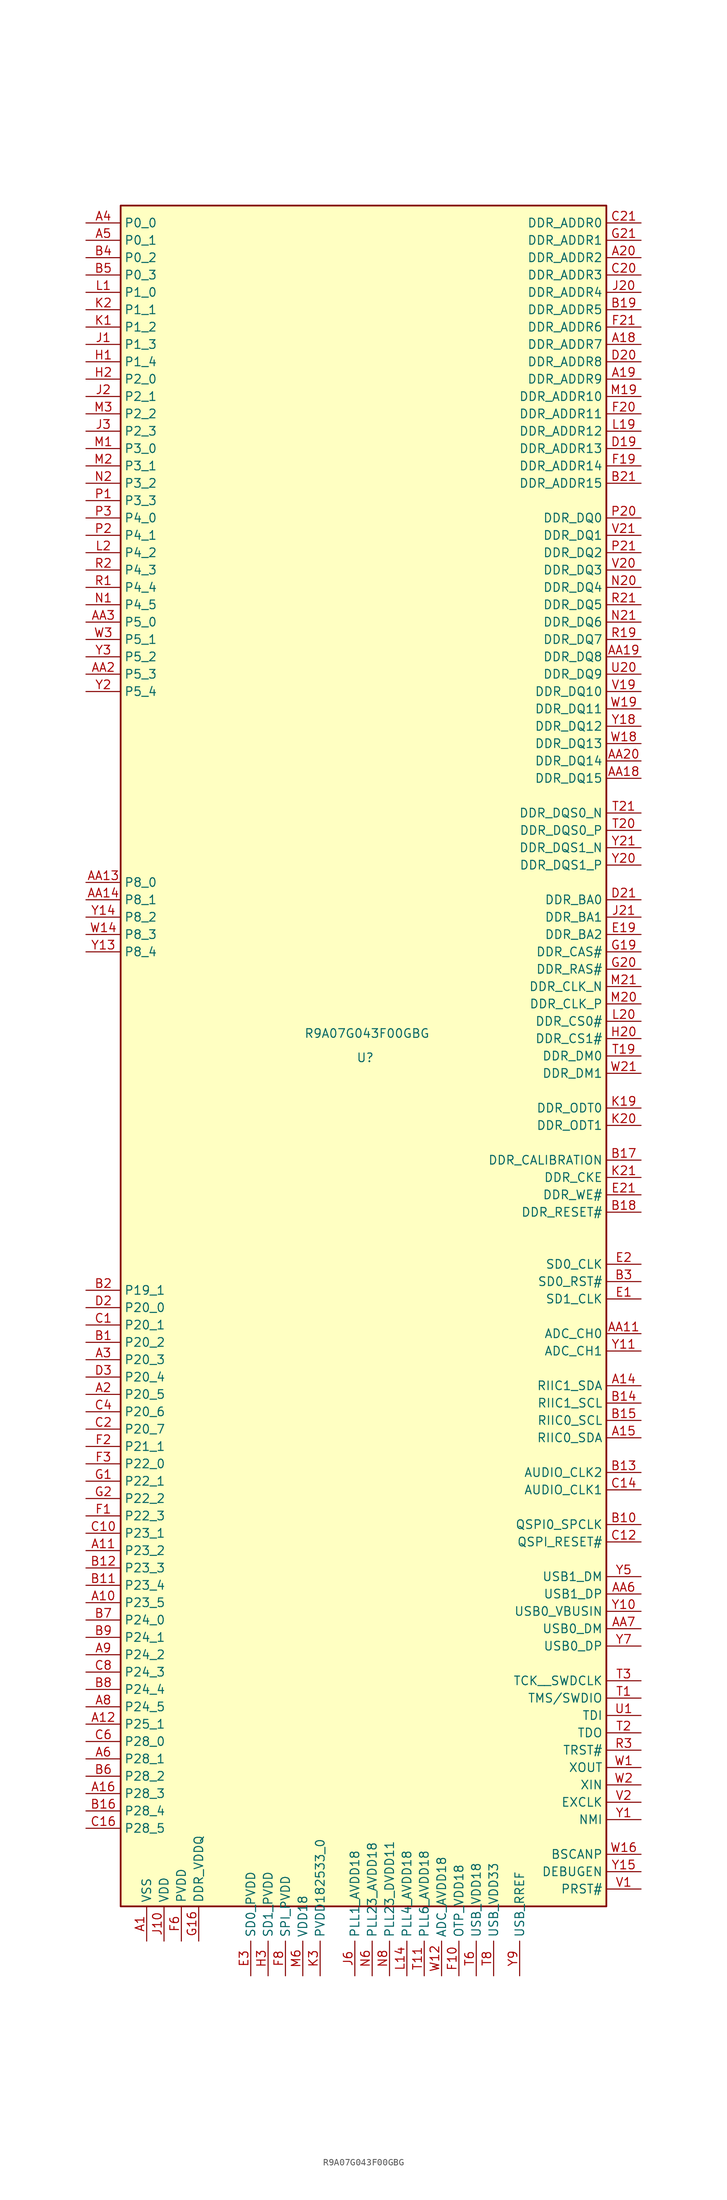
<source format=kicad_sym>
(kicad_symbol_lib
  (version 20231120)
  (generator "kicad_symbol_editor")
  (generator_version "8.0")
  (symbol "R9A07G043F00GBG"
    (property "Reference" "U"
      (at 0.254 -0.254 0)
      (effects (font (size 1.27 1.27))))
    (property "Value" "R9A07G043F00GBG"
      (at 0.508 3.302 0)
      (effects (font (size 1.27 1.27))))
    (symbol "R9A07G043F00GBG_0_1"
      (rectangle (start -35.56 124.46) (end 35.56 -124.46) (stroke (width 0.254) (type default)) (fill (type background))))
    (symbol "R9A07G043F00GBG_1_0"
      (pin power_in line (at -31.75 -129.54 90) (length 5.08) (name "VSS" (effects (font (size 1.27 1.27)))) (number "A1" (effects (font (size 1.27 1.27)))))
      (pin passive line (at -31.75 -129.54 90) (length 5.08) hide (name "VSS" (effects (font (size 1.27 1.27)))) (number "A13" (effects (font (size 1.27 1.27)))))
      (pin bidirectional line (at 40.64 -48.26 180) (length 5.08) (name "RIIC1_SDA" (effects (font (size 1.27 1.27)))) (number "A14" (effects (font (size 1.27 1.27)))))
      (pin bidirectional line (at 40.64 -55.88 180) (length 5.08) (name "RIIC0_SDA" (effects (font (size 1.27 1.27)))) (number "A15" (effects (font (size 1.27 1.27)))))
      (pin passive line (at -31.75 -129.54 90) (length 5.08) hide (name "VSS" (effects (font (size 1.27 1.27)))) (number "A17" (effects (font (size 1.27 1.27)))))
      (pin output line (at 40.64 104.14 180) (length 5.08) (name "DDR_ADDR7" (effects (font (size 1.27 1.27)))) (number "A18" (effects (font (size 1.27 1.27)))))
      (pin output line (at 40.64 99.06 180) (length 5.08) (name "DDR_ADDR9" (effects (font (size 1.27 1.27)))) (number "A19" (effects (font (size 1.27 1.27)))))
      (pin output line (at 40.64 116.84 180) (length 5.08) (name "DDR_ADDR2" (effects (font (size 1.27 1.27)))) (number "A20" (effects (font (size 1.27 1.27)))))
      (pin passive line (at -31.75 -129.54 90) (length 5.08) hide (name "VSS" (effects (font (size 1.27 1.27)))) (number "A21" (effects (font (size 1.27 1.27)))))
      (pin bidirectional line (at -40.64 -44.45 0) (length 5.08) (name "P20_3" (effects (font (size 1.27 1.27)))) (number "A3" (effects (font (size 1.27 1.27)))) (alternate "CAN1_TX" output line) (alternate "MTIOC3A" bidirectional line) (alternate "MTIOC6A" bidirectional line) (alternate "RSPI1_CK" bidirectional line) (alternate "SD0_DATA3" bidirectional line) (alternate "SSI1_BCK" bidirectional line))
      (pin bidirectional line (at -40.64 121.92 0) (length 5.08) (name "P0_0" (effects (font (size 1.27 1.27)))) (number "A4" (effects (font (size 1.27 1.27)))) (alternate "IRQ2" input line) (alternate "MTIOC2A" bidirectional line) (alternate "SCI0_TXD" output line) (alternate "SD0_CD" bidirectional line))
      (pin bidirectional line (at -40.64 119.38 0) (length 5.08) (name "P0_1" (effects (font (size 1.27 1.27)))) (number "A5" (effects (font (size 1.27 1.27)))) (alternate "IRQ3" input line) (alternate "MTIOC2B" input line) (alternate "RIIC3_SCL" bidirectional line) (alternate "SD0_WP" input line))
      (pin passive line (at -31.75 -129.54 90) (length 5.08) hide (name "VSS" (effects (font (size 1.27 1.27)))) (number "A7" (effects (font (size 1.27 1.27)))))
      (pin bidirectional line (at -40.64 -87.63 0) (length 5.08) (name "P24_2" (effects (font (size 1.27 1.27)))) (number "A9" (effects (font (size 1.27 1.27)))) (alternate "CAN1_TX" output line) (alternate "MTIC5U" input line) (alternate "OM_SIO4" bidirectional line) (alternate "SCI0_RXD" input line) (alternate "SCIF0_SCK" bidirectional line) (alternate "SCIF3_TXD" output line))
      (pin passive line (at -31.75 -129.54 90) (length 5.08) hide (name "VSS" (effects (font (size 1.27 1.27)))) (number "AA1" (effects (font (size 1.27 1.27)))))
      (pin passive line (at -31.75 -129.54 90) (length 5.08) hide (name "VSS" (effects (font (size 1.27 1.27)))) (number "AA10" (effects (font (size 1.27 1.27)))))
      (pin input line (at 40.64 -40.64 180) (length 5.08) (name "ADC_CH0" (effects (font (size 1.27 1.27)))) (number "AA11" (effects (font (size 1.27 1.27)))))
      (pin passive line (at -31.75 -129.54 90) (length 5.08) hide (name "VSS" (effects (font (size 1.27 1.27)))) (number "AA12" (effects (font (size 1.27 1.27)))))
      (pin bidirectional line (at -40.64 25.4 0) (length 5.08) (name "P8_0" (effects (font (size 1.27 1.27)))) (number "AA13" (effects (font (size 1.27 1.27)))) (alternate "ET1_TXD3" output line) (alternate "IRQ1" input line) (alternate "MTIOC7A" bidirectional line) (alternate "SCI0_SCK" bidirectional line) (alternate "SCIF0_SCK" bidirectional line) (alternate "SCIF1_RXD" input line) (alternate "SSI1_BCK" bidirectional line))
      (pin bidirectional line (at -40.64 22.86 0) (length 5.08) (name "P8_1" (effects (font (size 1.27 1.27)))) (number "AA14" (effects (font (size 1.27 1.27)))) (alternate "ET1_TX_ERR" output line) (alternate "MTIOC7B" bidirectional line) (alternate "RSPI2_CK" bidirectional line) (alternate "SCI0_TXD" output line) (alternate "SCIF0_RXD" input line) (alternate "SCIF1_TXD" output line) (alternate "SSI1_RCK" bidirectional line))
      (pin passive line (at -31.75 -129.54 90) (length 5.08) hide (name "VSS" (effects (font (size 1.27 1.27)))) (number "AA15" (effects (font (size 1.27 1.27)))))
      (pin passive line (at -31.75 -129.54 90) (length 5.08) hide (name "VSS" (effects (font (size 1.27 1.27)))) (number "AA16" (effects (font (size 1.27 1.27)))))
      (pin passive line (at -31.75 -129.54 90) (length 5.08) hide (name "VSS" (effects (font (size 1.27 1.27)))) (number "AA17" (effects (font (size 1.27 1.27)))))
      (pin bidirectional line (at 40.64 40.64 180) (length 5.08) (name "DDR_DQ15" (effects (font (size 1.27 1.27)))) (number "AA18" (effects (font (size 1.27 1.27)))))
      (pin bidirectional line (at 40.64 58.42 180) (length 5.08) (name "DDR_DQ8" (effects (font (size 1.27 1.27)))) (number "AA19" (effects (font (size 1.27 1.27)))))
      (pin bidirectional line (at -40.64 55.88 0) (length 5.08) (name "P5_3" (effects (font (size 1.27 1.27)))) (number "AA2" (effects (font (size 1.27 1.27)))) (alternate "MTIOC7D" bidirectional line) (alternate "RIIC2_SDA" bidirectional line) (alternate "SCIF2_CTS#" bidirectional line) (alternate "SSI2_RCK" bidirectional line) (alternate "USB0_OTG_ID" input line) (alternate "USB1_VBUSEN" output line))
      (pin bidirectional line (at 40.64 43.18 180) (length 5.08) (name "DDR_DQ14" (effects (font (size 1.27 1.27)))) (number "AA20" (effects (font (size 1.27 1.27)))))
      (pin passive line (at -31.75 -129.54 90) (length 5.08) hide (name "VSS" (effects (font (size 1.27 1.27)))) (number "AA21" (effects (font (size 1.27 1.27)))))
      (pin bidirectional line (at -40.64 63.5 0) (length 5.08) (name "P5_0" (effects (font (size 1.27 1.27)))) (number "AA3" (effects (font (size 1.27 1.27)))) (alternate "CAN0_RX_DATARATE_EN" output line) (alternate "MTIOC7A" bidirectional line) (alternate "SCIF2_TXD" output line) (alternate "USB0_VBUSEN" output line))
      (pin passive line (at -31.75 -129.54 90) (length 5.08) hide (name "VSS" (effects (font (size 1.27 1.27)))) (number "AA4" (effects (font (size 1.27 1.27)))))
      (pin passive line (at -31.75 -129.54 90) (length 5.08) hide (name "VSS" (effects (font (size 1.27 1.27)))) (number "AA5" (effects (font (size 1.27 1.27)))))
      (pin passive line (at -31.75 -129.54 90) (length 5.08) hide (name "VSS" (effects (font (size 1.27 1.27)))) (number "AA8" (effects (font (size 1.27 1.27)))))
      (pin passive line (at -31.75 -129.54 90) (length 5.08) hide (name "VSS" (effects (font (size 1.27 1.27)))) (number "AA9" (effects (font (size 1.27 1.27)))))
      (pin bidirectional line (at -40.64 -74.93 0) (length 5.08) (name "P23_3" (effects (font (size 1.27 1.27)))) (number "B12" (effects (font (size 1.27 1.27)))) (alternate "CAN_CLK" input line) (alternate "MTIOC4A" bidirectional line) (alternate "QSPI0_IO2" bidirectional line) (alternate "SCIF1_SCK" bidirectional line) (alternate "USB1_VBUSEN" output line))
      (pin bidirectional line (at 40.64 -50.8 180) (length 5.08) (name "RIIC1_SCL" (effects (font (size 1.27 1.27)))) (number "B14" (effects (font (size 1.27 1.27)))))
      (pin bidirectional line (at 40.64 -53.34 180) (length 5.08) (name "RIIC0_SCL" (effects (font (size 1.27 1.27)))) (number "B15" (effects (font (size 1.27 1.27)))))
      (pin bidirectional line (at 40.64 -15.24 180) (length 5.08) (name "DDR_CALIBRATION" (effects (font (size 1.27 1.27)))) (number "B17" (effects (font (size 1.27 1.27)))))
      (pin output line (at 40.64 -22.86 180) (length 5.08) (name "DDR_RESET#" (effects (font (size 1.27 1.27)))) (number "B18" (effects (font (size 1.27 1.27)))))
      (pin output line (at 40.64 109.22 180) (length 5.08) (name "DDR_ADDR5" (effects (font (size 1.27 1.27)))) (number "B19" (effects (font (size 1.27 1.27)))))
      (pin passive line (at -31.75 -129.54 90) (length 5.08) hide (name "VSS" (effects (font (size 1.27 1.27)))) (number "B20" (effects (font (size 1.27 1.27)))))
      (pin output line (at 40.64 83.82 180) (length 5.08) (name "DDR_ADDR15" (effects (font (size 1.27 1.27)))) (number "B21" (effects (font (size 1.27 1.27)))))
      (pin bidirectional line (at -40.64 116.84 0) (length 5.08) (name "P0_2" (effects (font (size 1.27 1.27)))) (number "B4" (effects (font (size 1.27 1.27)))) (alternate "IRQ0" input line) (alternate "IRQ4" input line) (alternate "MTIOC1A" bidirectional line) (alternate "RIIC2_SDA" bidirectional line) (alternate "SD1_CD" input line) (alternate "USB1_VBUSEN" output line))
      (pin bidirectional line (at -40.64 114.3 0) (length 5.08) (name "P0_3" (effects (font (size 1.27 1.27)))) (number "B5" (effects (font (size 1.27 1.27)))) (alternate "IRQ1" input line) (alternate "MTIOC1B" bidirectional line) (alternate "RIIC2_SCL" bidirectional line) (alternate "SD1_WP" input line) (alternate "USB1_OVRCUR" input line))
      (pin passive line (at -31.75 -129.54 90) (length 5.08) hide (name "VSS" (effects (font (size 1.27 1.27)))) (number "C18" (effects (font (size 1.27 1.27)))))
      (pin passive line (at -31.75 -129.54 90) (length 5.08) hide (name "VSS" (effects (font (size 1.27 1.27)))) (number "C19" (effects (font (size 1.27 1.27)))))
      (pin output line (at 40.64 114.3 180) (length 5.08) (name "DDR_ADDR3" (effects (font (size 1.27 1.27)))) (number "C20" (effects (font (size 1.27 1.27)))))
      (pin output line (at 40.64 121.92 180) (length 5.08) (name "DDR_ADDR0" (effects (font (size 1.27 1.27)))) (number "C21" (effects (font (size 1.27 1.27)))))
      (pin passive line (at -31.75 -129.54 90) (length 5.08) hide (name "VSS" (effects (font (size 1.27 1.27)))) (number "C3" (effects (font (size 1.27 1.27)))))
      (pin passive line (at -31.75 -129.54 90) (length 5.08) hide (name "VSS" (effects (font (size 1.27 1.27)))) (number "D1" (effects (font (size 1.27 1.27)))))
      (pin output line (at 40.64 88.9 180) (length 5.08) (name "DDR_ADDR13" (effects (font (size 1.27 1.27)))) (number "D19" (effects (font (size 1.27 1.27)))))
      (pin output line (at 40.64 101.6 180) (length 5.08) (name "DDR_ADDR8" (effects (font (size 1.27 1.27)))) (number "D20" (effects (font (size 1.27 1.27)))))
      (pin output line (at 40.64 22.86 180) (length 5.08) (name "DDR_BA0" (effects (font (size 1.27 1.27)))) (number "D21" (effects (font (size 1.27 1.27)))))
      (pin output line (at 40.64 17.78 180) (length 5.08) (name "DDR_BA2" (effects (font (size 1.27 1.27)))) (number "E19" (effects (font (size 1.27 1.27)))))
      (pin passive line (at -31.75 -129.54 90) (length 5.08) hide (name "VSS" (effects (font (size 1.27 1.27)))) (number "E20" (effects (font (size 1.27 1.27)))))
      (pin output line (at 40.64 -20.32 180) (length 5.08) (name "DDR_WE#" (effects (font (size 1.27 1.27)))) (number "E21" (effects (font (size 1.27 1.27)))))
      (pin power_in line (at -16.51 -134.62 90) (length 5.08) (name "SD0_PVDD" (effects (font (size 1.27 1.27)))) (number "E3" (effects (font (size 1.27 1.27)))))
      (pin power_in line (at 13.97 -134.62 90) (length 5.08) (name "OTP_VDD18" (effects (font (size 1.27 1.27)))) (number "F10" (effects (font (size 1.27 1.27)))))
      (pin passive line (at -31.75 -129.54 90) (length 5.08) hide (name "VSS" (effects (font (size 1.27 1.27)))) (number "F11" (effects (font (size 1.27 1.27)))))
      (pin passive line (at -26.67 -129.54 90) (length 5.08) hide (name "PVDD" (effects (font (size 1.27 1.27)))) (number "F12" (effects (font (size 1.27 1.27)))))
      (pin passive line (at -31.75 -129.54 90) (length 5.08) hide (name "VSS" (effects (font (size 1.27 1.27)))) (number "F13" (effects (font (size 1.27 1.27)))))
      (pin passive line (at -26.67 -129.54 90) (length 5.08) hide (name "PVDD" (effects (font (size 1.27 1.27)))) (number "F14" (effects (font (size 1.27 1.27)))))
      (pin passive line (at -31.75 -129.54 90) (length 5.08) hide (name "VSS" (effects (font (size 1.27 1.27)))) (number "F15" (effects (font (size 1.27 1.27)))))
      (pin passive line (at -31.75 -129.54 90) (length 5.08) hide (name "VSS" (effects (font (size 1.27 1.27)))) (number "F16" (effects (font (size 1.27 1.27)))))
      (pin output line (at 40.64 86.36 180) (length 5.08) (name "DDR_ADDR14" (effects (font (size 1.27 1.27)))) (number "F19" (effects (font (size 1.27 1.27)))))
      (pin output line (at 40.64 93.98 180) (length 5.08) (name "DDR_ADDR11" (effects (font (size 1.27 1.27)))) (number "F20" (effects (font (size 1.27 1.27)))))
      (pin output line (at 40.64 106.68 180) (length 5.08) (name "DDR_ADDR6" (effects (font (size 1.27 1.27)))) (number "F21" (effects (font (size 1.27 1.27)))))
      (pin power_in line (at -26.67 -129.54 90) (length 5.08) (name "PVDD" (effects (font (size 1.27 1.27)))) (number "F6" (effects (font (size 1.27 1.27)))))
      (pin passive line (at -31.75 -129.54 90) (length 5.08) hide (name "VSS" (effects (font (size 1.27 1.27)))) (number "F7" (effects (font (size 1.27 1.27)))))
      (pin power_in line (at -11.43 -134.62 90) (length 5.08) (name "SPI_PVDD" (effects (font (size 1.27 1.27)))) (number "F8" (effects (font (size 1.27 1.27)))))
      (pin passive line (at -31.75 -129.54 90) (length 5.08) hide (name "VSS" (effects (font (size 1.27 1.27)))) (number "F9" (effects (font (size 1.27 1.27)))))
      (pin bidirectional line (at -40.64 -62.23 0) (length 5.08) (name "P22_1" (effects (font (size 1.27 1.27)))) (number "G1" (effects (font (size 1.27 1.27)))) (alternate "POE8#" input line) (alternate "RSPI2_MISO" bidirectional line) (alternate "SCI1_SCK" bidirectional line) (alternate "SD1_DATA1" bidirectional line) (alternate "SSI0_TXD" output line) (alternate "SSI3_TXD" output line))
      (pin power_in line (at -24.13 -129.54 90) (length 5.08) (name "DDR_VDDQ" (effects (font (size 1.27 1.27)))) (number "G16" (effects (font (size 1.27 1.27)))))
      (pin output line (at 40.64 15.24 180) (length 5.08) (name "DDR_CAS#" (effects (font (size 1.27 1.27)))) (number "G19" (effects (font (size 1.27 1.27)))))
      (pin output line (at 40.64 12.7 180) (length 5.08) (name "DDR_RAS#" (effects (font (size 1.27 1.27)))) (number "G20" (effects (font (size 1.27 1.27)))))
      (pin output line (at 40.64 119.38 180) (length 5.08) (name "DDR_ADDR1" (effects (font (size 1.27 1.27)))) (number "G21" (effects (font (size 1.27 1.27)))))
      (pin passive line (at -31.75 -129.54 90) (length 5.08) hide (name "VSS" (effects (font (size 1.27 1.27)))) (number "G3" (effects (font (size 1.27 1.27)))))
      (pin passive line (at -31.75 -129.54 90) (length 5.08) hide (name "VSS" (effects (font (size 1.27 1.27)))) (number "G6" (effects (font (size 1.27 1.27)))))
      (pin bidirectional line (at -40.64 101.6 0) (length 5.08) (name "P1_4" (effects (font (size 1.27 1.27)))) (number "H1" (effects (font (size 1.27 1.27)))) (alternate "CAN1_TX" output line) (alternate "ET0_TXD2" output line) (alternate "MTCLKA" input line) (alternate "SSI0_BCK" bidirectional line))
      (pin passive line (at -31.75 -129.54 90) (length 5.08) hide (name "VSS" (effects (font (size 1.27 1.27)))) (number "H11" (effects (font (size 1.27 1.27)))))
      (pin passive line (at -31.75 -129.54 90) (length 5.08) hide (name "VSS" (effects (font (size 1.27 1.27)))) (number "H13" (effects (font (size 1.27 1.27)))))
      (pin passive line (at -31.75 -129.54 90) (length 5.08) hide (name "VSS" (effects (font (size 1.27 1.27)))) (number "H16" (effects (font (size 1.27 1.27)))))
      (pin passive line (at -31.75 -129.54 90) (length 5.08) hide (name "VSS" (effects (font (size 1.27 1.27)))) (number "H19" (effects (font (size 1.27 1.27)))))
      (pin bidirectional line (at -40.64 99.06 0) (length 5.08) (name "P2_0" (effects (font (size 1.27 1.27)))) (number "H2" (effects (font (size 1.27 1.27)))) (alternate "CAN1_TX" output line) (alternate "ET0_TXD3" output line) (alternate "MTCLKA" input line) (alternate "SSI0_BCK" bidirectional line))
      (pin output line (at 40.64 2.54 180) (length 5.08) (name "DDR_CS1#" (effects (font (size 1.27 1.27)))) (number "H20" (effects (font (size 1.27 1.27)))))
      (pin passive line (at -31.75 -129.54 90) (length 5.08) hide (name "VSS" (effects (font (size 1.27 1.27)))) (number "H21" (effects (font (size 1.27 1.27)))))
      (pin power_in line (at -13.97 -134.62 90) (length 5.08) (name "SD1_PVDD" (effects (font (size 1.27 1.27)))) (number "H3" (effects (font (size 1.27 1.27)))))
      (pin passive line (at -31.75 -129.54 90) (length 5.08) hide (name "VSS" (effects (font (size 1.27 1.27)))) (number "H6" (effects (font (size 1.27 1.27)))))
      (pin passive line (at -31.75 -129.54 90) (length 5.08) hide (name "VSS" (effects (font (size 1.27 1.27)))) (number "H9" (effects (font (size 1.27 1.27)))))
      (pin bidirectional line (at -40.64 104.14 0) (length 5.08) (name "P1_3" (effects (font (size 1.27 1.27)))) (number "J1" (effects (font (size 1.27 1.27)))) (alternate "CAN0_TX_DATARATE_EN" output line) (alternate "ET0_TXD1" output line) (alternate "MTIC5V" input line) (alternate "RSPI0_SSL" bidirectional line) (alternate "SCIF2_CTS#" bidirectional line))
      (pin power_in line (at -29.21 -129.54 90) (length 5.08) (name "VDD" (effects (font (size 1.27 1.27)))) (number "J10" (effects (font (size 1.27 1.27)))))
      (pin passive line (at -31.75 -129.54 90) (length 5.08) hide (name "VSS" (effects (font (size 1.27 1.27)))) (number "J12" (effects (font (size 1.27 1.27)))))
      (pin passive line (at -29.21 -129.54 90) (length 5.08) hide (name "VDD" (effects (font (size 1.27 1.27)))) (number "J14" (effects (font (size 1.27 1.27)))))
      (pin passive line (at -24.13 -129.54 90) (length 5.08) hide (name "DDR_VDDQ" (effects (font (size 1.27 1.27)))) (number "J16" (effects (font (size 1.27 1.27)))))
      (pin passive line (at -31.75 -129.54 90) (length 5.08) hide (name "VSS" (effects (font (size 1.27 1.27)))) (number "J19" (effects (font (size 1.27 1.27)))))
      (pin bidirectional line (at -40.64 96.52 0) (length 5.08) (name "P2_1" (effects (font (size 1.27 1.27)))) (number "J2" (effects (font (size 1.27 1.27)))) (alternate "CAN1_RX" input line) (alternate "ET0_TX_ERR" output line) (alternate "MTCLKB" input line) (alternate "RSPI0_CK" bidirectional line) (alternate "SCI0_SCK" bidirectional line) (alternate "SSI0_RCK" bidirectional line))
      (pin output line (at 40.64 111.76 180) (length 5.08) (name "DDR_ADDR4" (effects (font (size 1.27 1.27)))) (number "J20" (effects (font (size 1.27 1.27)))))
      (pin output line (at 40.64 20.32 180) (length 5.08) (name "DDR_BA1" (effects (font (size 1.27 1.27)))) (number "J21" (effects (font (size 1.27 1.27)))))
      (pin bidirectional line (at -40.64 91.44 0) (length 5.08) (name "P2_3" (effects (font (size 1.27 1.27)))) (number "J3" (effects (font (size 1.27 1.27)))) (alternate "CAN1_RX_DATARATE_EN" output line) (alternate "ET0_TX_CRS" input line) (alternate "MTCLKD" input line) (alternate "RSPI0_MISO" bidirectional line) (alternate "SCI0_RXD" input line) (alternate "SSI0_RXD" input line))
      (pin power_in line (at -1.27 -134.62 90) (length 5.08) (name "PLL1_AVDD18" (effects (font (size 1.27 1.27)))) (number "J6" (effects (font (size 1.27 1.27)))))
      (pin passive line (at -31.75 -129.54 90) (length 5.08) hide (name "VSS" (effects (font (size 1.27 1.27)))) (number "J8" (effects (font (size 1.27 1.27)))))
      (pin bidirectional line (at -40.64 106.68 0) (length 5.08) (name "P1_2" (effects (font (size 1.27 1.27)))) (number "K1" (effects (font (size 1.27 1.27)))) (alternate "CAN0_RX" input line) (alternate "ET0_TXD0" output line) (alternate "MTIC5U" input line) (alternate "RSPI0_MISO" bidirectional line) (alternate "SCIF2_SCK" bidirectional line))
      (pin passive line (at -29.21 -129.54 90) (length 5.08) hide (name "VDD" (effects (font (size 1.27 1.27)))) (number "K11" (effects (font (size 1.27 1.27)))))
      (pin passive line (at -29.21 -129.54 90) (length 5.08) hide (name "VDD" (effects (font (size 1.27 1.27)))) (number "K13" (effects (font (size 1.27 1.27)))))
      (pin passive line (at -31.75 -129.54 90) (length 5.08) hide (name "VSS" (effects (font (size 1.27 1.27)))) (number "K16" (effects (font (size 1.27 1.27)))))
      (pin output line (at 40.64 -7.62 180) (length 5.08) (name "DDR_ODT0" (effects (font (size 1.27 1.27)))) (number "K19" (effects (font (size 1.27 1.27)))))
      (pin bidirectional line (at -40.64 109.22 0) (length 5.08) (name "P1_1" (effects (font (size 1.27 1.27)))) (number "K2" (effects (font (size 1.27 1.27)))) (alternate "CAN0_TX" output line) (alternate "ET0_TX_CTL/TX_EN" output line) (alternate "MTIOC1B" bidirectional line) (alternate "RSPI0_MOSI" bidirectional line) (alternate "SCIF2_RXD" input line))
      (pin output line (at 40.64 -10.16 180) (length 5.08) (name "DDR_ODT1" (effects (font (size 1.27 1.27)))) (number "K20" (effects (font (size 1.27 1.27)))))
      (pin output line (at 40.64 -17.78 180) (length 5.08) (name "DDR_CKE" (effects (font (size 1.27 1.27)))) (number "K21" (effects (font (size 1.27 1.27)))))
      (pin power_in line (at -6.35 -134.62 90) (length 5.08) (name "PVDD182533_0" (effects (font (size 1.27 1.27)))) (number "K3" (effects (font (size 1.27 1.27)))))
      (pin passive line (at -31.75 -129.54 90) (length 5.08) hide (name "VSS" (effects (font (size 1.27 1.27)))) (number "K6" (effects (font (size 1.27 1.27)))))
      (pin passive line (at -29.21 -129.54 90) (length 5.08) hide (name "VDD" (effects (font (size 1.27 1.27)))) (number "K9" (effects (font (size 1.27 1.27)))))
      (pin bidirectional line (at -40.64 111.76 0) (length 5.08) (name "P1_0" (effects (font (size 1.27 1.27)))) (number "L1" (effects (font (size 1.27 1.27)))) (alternate "CAN_CLK" input line) (alternate "ET0_TXC/TX_CLK" bidirectional line) (alternate "MTIOC1A" bidirectional line) (alternate "RSPI0_CK" bidirectional line) (alternate "SCIF2_TXD" output line))
      (pin passive line (at -29.21 -129.54 90) (length 5.08) hide (name "VDD" (effects (font (size 1.27 1.27)))) (number "L10" (effects (font (size 1.27 1.27)))))
      (pin passive line (at -29.21 -129.54 90) (length 5.08) hide (name "VDD" (effects (font (size 1.27 1.27)))) (number "L12" (effects (font (size 1.27 1.27)))))
      (pin power_in line (at 6.35 -134.62 90) (length 5.08) (name "PLL4_AVDD18" (effects (font (size 1.27 1.27)))) (number "L14" (effects (font (size 1.27 1.27)))))
      (pin passive line (at -24.13 -129.54 90) (length 5.08) hide (name "DDR_VDDQ" (effects (font (size 1.27 1.27)))) (number "L16" (effects (font (size 1.27 1.27)))))
      (pin output line (at 40.64 91.44 180) (length 5.08) (name "DDR_ADDR12" (effects (font (size 1.27 1.27)))) (number "L19" (effects (font (size 1.27 1.27)))))
      (pin bidirectional line (at -40.64 73.66 0) (length 5.08) (name "P4_2" (effects (font (size 1.27 1.27)))) (number "L2" (effects (font (size 1.27 1.27)))) (alternate "CAN_CLK" input line) (alternate "ET0_RX_ERR" input line) (alternate "MTIOC3A" bidirectional line) (alternate "MTIOC8C" bidirectional line) (alternate "RSPI1_MISO" bidirectional line))
      (pin output line (at 40.64 5.08 180) (length 5.08) (name "DDR_CS0#" (effects (font (size 1.27 1.27)))) (number "L20" (effects (font (size 1.27 1.27)))))
      (pin passive line (at -31.75 -129.54 90) (length 5.08) hide (name "VSS" (effects (font (size 1.27 1.27)))) (number "L21" (effects (font (size 1.27 1.27)))))
      (pin passive line (at -31.75 -129.54 90) (length 5.08) hide (name "VSS" (effects (font (size 1.27 1.27)))) (number "L3" (effects (font (size 1.27 1.27)))))
      (pin passive line (at -31.75 -129.54 90) (length 5.08) hide (name "VSS" (effects (font (size 1.27 1.27)))) (number "L6" (effects (font (size 1.27 1.27)))))
      (pin passive line (at -31.75 -129.54 90) (length 5.08) hide (name "VSS" (effects (font (size 1.27 1.27)))) (number "L8" (effects (font (size 1.27 1.27)))))
      (pin bidirectional line (at -40.64 88.9 0) (length 5.08) (name "P3_0" (effects (font (size 1.27 1.27)))) (number "M1" (effects (font (size 1.27 1.27)))) (alternate "ET0_RXC/RX_CLK" input line) (alternate "MTIOC0A" bidirectional line) (alternate "POE0#" input line) (alternate "SSI1_BCK" bidirectional line))
      (pin passive line (at -29.21 -129.54 90) (length 5.08) hide (name "VDD" (effects (font (size 1.27 1.27)))) (number "M11" (effects (font (size 1.27 1.27)))))
      (pin passive line (at -29.21 -129.54 90) (length 5.08) hide (name "VDD" (effects (font (size 1.27 1.27)))) (number "M13" (effects (font (size 1.27 1.27)))))
      (pin passive line (at -31.75 -129.54 90) (length 5.08) hide (name "VSS" (effects (font (size 1.27 1.27)))) (number "M16" (effects (font (size 1.27 1.27)))))
      (pin output line (at 40.64 96.52 180) (length 5.08) (name "DDR_ADDR10" (effects (font (size 1.27 1.27)))) (number "M19" (effects (font (size 1.27 1.27)))))
      (pin bidirectional line (at -40.64 86.36 0) (length 5.08) (name "P3_1" (effects (font (size 1.27 1.27)))) (number "M2" (effects (font (size 1.27 1.27)))) (alternate "ET0_RX_CTL/RX_DV" input line) (alternate "MTIOC0B" bidirectional line) (alternate "POE4#" input line) (alternate "SSI1_RCK" bidirectional line))
      (pin output line (at 40.64 7.62 180) (length 5.08) (name "DDR_CLK_P" (effects (font (size 1.27 1.27)))) (number "M20" (effects (font (size 1.27 1.27)))))
      (pin output line (at 40.64 10.16 180) (length 5.08) (name "DDR_CLK_N" (effects (font (size 1.27 1.27)))) (number "M21" (effects (font (size 1.27 1.27)))))
      (pin bidirectional line (at -40.64 93.98 0) (length 5.08) (name "P2_2" (effects (font (size 1.27 1.27)))) (number "M3" (effects (font (size 1.27 1.27)))) (alternate "CAN1_TX_DATARATE_EN" output line) (alternate "ET0_TX_COL" input line) (alternate "MTCLKC" input line) (alternate "RSPI0_MOSI" bidirectional line) (alternate "SCI0_TXD" output line) (alternate "SSI0_TXD" output line))
      (pin power_in line (at -8.89 -134.62 90) (length 5.08) (name "VDD18" (effects (font (size 1.27 1.27)))) (number "M6" (effects (font (size 1.27 1.27)))))
      (pin passive line (at -29.21 -129.54 90) (length 5.08) hide (name "VDD" (effects (font (size 1.27 1.27)))) (number "M9" (effects (font (size 1.27 1.27)))))
      (pin bidirectional line (at -40.64 66.04 0) (length 5.08) (name "P4_5" (effects (font (size 1.27 1.27)))) (number "N1" (effects (font (size 1.27 1.27)))) (alternate "CAN0_TX_DATARATE_EN" output line) (alternate "ET0_LINKSTA" input line) (alternate "MTIOC3D" bidirectional line))
      (pin passive line (at -29.21 -129.54 90) (length 5.08) hide (name "VDD" (effects (font (size 1.27 1.27)))) (number "N10" (effects (font (size 1.27 1.27)))))
      (pin passive line (at -29.21 -129.54 90) (length 5.08) hide (name "VDD" (effects (font (size 1.27 1.27)))) (number "N12" (effects (font (size 1.27 1.27)))))
      (pin passive line (at -31.75 -129.54 90) (length 5.08) hide (name "VSS" (effects (font (size 1.27 1.27)))) (number "N14" (effects (font (size 1.27 1.27)))))
      (pin passive line (at -24.13 -129.54 90) (length 5.08) hide (name "DDR_VDDQ" (effects (font (size 1.27 1.27)))) (number "N16" (effects (font (size 1.27 1.27)))))
      (pin passive line (at -31.75 -129.54 90) (length 5.08) hide (name "VSS" (effects (font (size 1.27 1.27)))) (number "N19" (effects (font (size 1.27 1.27)))))
      (pin bidirectional line (at -40.64 83.82 0) (length 5.08) (name "P3_2" (effects (font (size 1.27 1.27)))) (number "N2" (effects (font (size 1.27 1.27)))) (alternate "ET0_RXD0" input line) (alternate "MTIOC0C" bidirectional line) (alternate "POE8#" input line) (alternate "SSI1_TXD" output line))
      (pin bidirectional line (at 40.64 68.58 180) (length 5.08) (name "DDR_DQ4" (effects (font (size 1.27 1.27)))) (number "N20" (effects (font (size 1.27 1.27)))))
      (pin bidirectional line (at 40.64 63.5 180) (length 5.08) (name "DDR_DQ6" (effects (font (size 1.27 1.27)))) (number "N21" (effects (font (size 1.27 1.27)))))
      (pin passive line (at -31.75 -129.54 90) (length 5.08) hide (name "VSS" (effects (font (size 1.27 1.27)))) (number "N3" (effects (font (size 1.27 1.27)))))
      (pin power_in line (at 1.27 -134.62 90) (length 5.08) (name "PLL23_AVDD18" (effects (font (size 1.27 1.27)))) (number "N6" (effects (font (size 1.27 1.27)))))
      (pin power_in line (at 3.81 -134.62 90) (length 5.08) (name "PLL23_DVDD11" (effects (font (size 1.27 1.27)))) (number "N8" (effects (font (size 1.27 1.27)))))
      (pin bidirectional line (at -40.64 81.28 0) (length 5.08) (name "P3_3" (effects (font (size 1.27 1.27)))) (number "P1" (effects (font (size 1.27 1.27)))) (alternate "ET0_RXD1" input line) (alternate "MTIOC0D" bidirectional line) (alternate "POE10#" input line) (alternate "SSI1_RXD" input line))
      (pin passive line (at -31.75 -129.54 90) (length 5.08) hide (name "VSS" (effects (font (size 1.27 1.27)))) (number "P11" (effects (font (size 1.27 1.27)))))
      (pin passive line (at -31.75 -129.54 90) (length 5.08) hide (name "VSS" (effects (font (size 1.27 1.27)))) (number "P13" (effects (font (size 1.27 1.27)))))
      (pin passive line (at -31.75 -129.54 90) (length 5.08) hide (name "VSS" (effects (font (size 1.27 1.27)))) (number "P16" (effects (font (size 1.27 1.27)))))
      (pin passive line (at -31.75 -129.54 90) (length 5.08) hide (name "VSS" (effects (font (size 1.27 1.27)))) (number "P19" (effects (font (size 1.27 1.27)))))
      (pin bidirectional line (at -40.64 76.2 0) (length 5.08) (name "P4_1" (effects (font (size 1.27 1.27)))) (number "P2" (effects (font (size 1.27 1.27)))) (alternate "ET0_RXD3" input line) (alternate "MTIOC2B" bidirectional line) (alternate "MTIOC8B" bidirectional line) (alternate "RSPI1_MOSI" bidirectional line) (alternate "USB1_OVRCUR" input line))
      (pin bidirectional line (at 40.64 78.74 180) (length 5.08) (name "DDR_DQ0" (effects (font (size 1.27 1.27)))) (number "P20" (effects (font (size 1.27 1.27)))))
      (pin bidirectional line (at 40.64 73.66 180) (length 5.08) (name "DDR_DQ2" (effects (font (size 1.27 1.27)))) (number "P21" (effects (font (size 1.27 1.27)))))
      (pin bidirectional line (at -40.64 78.74 0) (length 5.08) (name "P4_0" (effects (font (size 1.27 1.27)))) (number "P3" (effects (font (size 1.27 1.27)))) (alternate "ET0_RXD2" input line) (alternate "MTIOC2A" bidirectional line) (alternate "MTIOC8A" bidirectional line) (alternate "RSPI1_CK" bidirectional line) (alternate "USB1_VBUSEN" output line))
      (pin passive line (at -31.75 -129.54 90) (length 5.08) hide (name "VSS" (effects (font (size 1.27 1.27)))) (number "P6" (effects (font (size 1.27 1.27)))))
      (pin passive line (at -31.75 -129.54 90) (length 5.08) hide (name "VSS" (effects (font (size 1.27 1.27)))) (number "P9" (effects (font (size 1.27 1.27)))))
      (pin bidirectional line (at -40.64 68.58 0) (length 5.08) (name "P4_4" (effects (font (size 1.27 1.27)))) (number "R1" (effects (font (size 1.27 1.27)))) (alternate "CAN0_RX" input line) (alternate "ET0_MDIO" bidirectional line) (alternate "MTIOC3C" bidirectional line))
      (pin passive line (at -24.13 -129.54 90) (length 5.08) hide (name "DDR_VDDQ" (effects (font (size 1.27 1.27)))) (number "R16" (effects (font (size 1.27 1.27)))))
      (pin bidirectional line (at 40.64 60.96 180) (length 5.08) (name "DDR_DQ7" (effects (font (size 1.27 1.27)))) (number "R19" (effects (font (size 1.27 1.27)))))
      (pin bidirectional line (at -40.64 71.12 0) (length 5.08) (name "P4_3" (effects (font (size 1.27 1.27)))) (number "R2" (effects (font (size 1.27 1.27)))) (alternate "CAN0_TX" output line) (alternate "ET0_MDC" output line) (alternate "MTIOC3B" bidirectional line) (alternate "MTIOC8D" bidirectional line) (alternate "RSPI1_SSL" bidirectional line))
      (pin passive line (at -31.75 -129.54 90) (length 5.08) hide (name "VSS" (effects (font (size 1.27 1.27)))) (number "R20" (effects (font (size 1.27 1.27)))))
      (pin bidirectional line (at 40.64 66.04 180) (length 5.08) (name "DDR_DQ5" (effects (font (size 1.27 1.27)))) (number "R21" (effects (font (size 1.27 1.27)))))
      (pin passive line (at -31.75 -129.54 90) (length 5.08) hide (name "VSS" (effects (font (size 1.27 1.27)))) (number "R6" (effects (font (size 1.27 1.27)))))
      (pin passive line (at -31.75 -129.54 90) (length 5.08) hide (name "VSS" (effects (font (size 1.27 1.27)))) (number "T10" (effects (font (size 1.27 1.27)))))
      (pin power_in line (at 8.89 -134.62 90) (length 5.08) (name "PLL6_AVDD18" (effects (font (size 1.27 1.27)))) (number "T11" (effects (font (size 1.27 1.27)))))
      (pin passive line (at -31.75 -129.54 90) (length 5.08) hide (name "VSS" (effects (font (size 1.27 1.27)))) (number "T12" (effects (font (size 1.27 1.27)))))
      (pin passive line (at -26.67 -129.54 90) (length 5.08) hide (name "PVDD" (effects (font (size 1.27 1.27)))) (number "T13" (effects (font (size 1.27 1.27)))))
      (pin passive line (at -31.75 -129.54 90) (length 5.08) hide (name "VSS" (effects (font (size 1.27 1.27)))) (number "T14" (effects (font (size 1.27 1.27)))))
      (pin passive line (at -26.67 -129.54 90) (length 5.08) hide (name "PVDD" (effects (font (size 1.27 1.27)))) (number "T15" (effects (font (size 1.27 1.27)))))
      (pin passive line (at -31.75 -129.54 90) (length 5.08) hide (name "VSS" (effects (font (size 1.27 1.27)))) (number "T16" (effects (font (size 1.27 1.27)))))
      (pin output line (at 40.64 0 180) (length 5.08) (name "DDR_DM0" (effects (font (size 1.27 1.27)))) (number "T19" (effects (font (size 1.27 1.27)))))
      (pin bidirectional line (at 40.64 33.02 180) (length 5.08) (name "DDR_DQS0_P" (effects (font (size 1.27 1.27)))) (number "T20" (effects (font (size 1.27 1.27)))))
      (pin bidirectional line (at 40.64 35.56 180) (length 5.08) (name "DDR_DQS0_N" (effects (font (size 1.27 1.27)))) (number "T21" (effects (font (size 1.27 1.27)))))
      (pin power_in line (at 16.51 -134.62 90) (length 5.08) (name "USB_VDD18" (effects (font (size 1.27 1.27)))) (number "T6" (effects (font (size 1.27 1.27)))))
      (pin passive line (at 16.51 -134.62 90) (length 5.08) hide (name "USB_VDD18" (effects (font (size 1.27 1.27)))) (number "T7" (effects (font (size 1.27 1.27)))))
      (pin power_in line (at 19.05 -134.62 90) (length 5.08) (name "USB_VDD33" (effects (font (size 1.27 1.27)))) (number "T8" (effects (font (size 1.27 1.27)))))
      (pin passive line (at 19.05 -134.62 90) (length 5.08) hide (name "USB_VDD33" (effects (font (size 1.27 1.27)))) (number "T9" (effects (font (size 1.27 1.27)))))
      (pin passive line (at -31.75 -129.54 90) (length 5.08) hide (name "VSS" (effects (font (size 1.27 1.27)))) (number "U19" (effects (font (size 1.27 1.27)))))
      (pin passive line (at -31.75 -129.54 90) (length 5.08) hide (name "VSS" (effects (font (size 1.27 1.27)))) (number "U2" (effects (font (size 1.27 1.27)))))
      (pin bidirectional line (at 40.64 55.88 180) (length 5.08) (name "DDR_DQ9" (effects (font (size 1.27 1.27)))) (number "U20" (effects (font (size 1.27 1.27)))))
      (pin passive line (at -31.75 -129.54 90) (length 5.08) hide (name "VSS" (effects (font (size 1.27 1.27)))) (number "U21" (effects (font (size 1.27 1.27)))))
      (pin passive line (at -31.75 -129.54 90) (length 5.08) hide (name "VSS" (effects (font (size 1.27 1.27)))) (number "U3" (effects (font (size 1.27 1.27)))))
      (pin bidirectional line (at 40.64 53.34 180) (length 5.08) (name "DDR_DQ10" (effects (font (size 1.27 1.27)))) (number "V19" (effects (font (size 1.27 1.27)))))
      (pin bidirectional line (at 40.64 71.12 180) (length 5.08) (name "DDR_DQ3" (effects (font (size 1.27 1.27)))) (number "V20" (effects (font (size 1.27 1.27)))))
      (pin bidirectional line (at 40.64 76.2 180) (length 5.08) (name "DDR_DQ1" (effects (font (size 1.27 1.27)))) (number "V21" (effects (font (size 1.27 1.27)))))
      (pin passive line (at -31.75 -129.54 90) (length 5.08) hide (name "VSS" (effects (font (size 1.27 1.27)))) (number "V3" (effects (font (size 1.27 1.27)))))
      (pin passive line (at -26.67 -129.54 90) (length 5.08) hide (name "PVDD" (effects (font (size 1.27 1.27)))) (number "W10" (effects (font (size 1.27 1.27)))))
      (pin power_in line (at 11.43 -134.62 90) (length 5.08) (name "ADC_AVDD18" (effects (font (size 1.27 1.27)))) (number "W12" (effects (font (size 1.27 1.27)))))
      (pin bidirectional line (at -40.64 17.78 0) (length 5.08) (name "P8_3" (effects (font (size 1.27 1.27)))) (number "W14" (effects (font (size 1.27 1.27)))) (alternate "ET1_TX_CRS" input line) (alternate "MTIOC7D" bidirectional line) (alternate "RSPI2_MISO" bidirectional line) (alternate "SCI0_CTS#/RTS#" bidirectional line) (alternate "SCIF0_CTS#" bidirectional line) (alternate "SCIF1_RTS#" output line) (alternate "SSI1_RXD" input line))
      (pin bidirectional line (at 40.64 45.72 180) (length 5.08) (name "DDR_DQ13" (effects (font (size 1.27 1.27)))) (number "W18" (effects (font (size 1.27 1.27)))))
      (pin bidirectional line (at 40.64 50.8 180) (length 5.08) (name "DDR_DQ11" (effects (font (size 1.27 1.27)))) (number "W19" (effects (font (size 1.27 1.27)))))
      (pin passive line (at -31.75 -129.54 90) (length 5.08) hide (name "VSS" (effects (font (size 1.27 1.27)))) (number "W20" (effects (font (size 1.27 1.27)))))
      (pin output line (at 40.64 -2.54 180) (length 5.08) (name "DDR_DM1" (effects (font (size 1.27 1.27)))) (number "W21" (effects (font (size 1.27 1.27)))))
      (pin bidirectional line (at -40.64 60.96 0) (length 5.08) (name "P5_1" (effects (font (size 1.27 1.27)))) (number "W3" (effects (font (size 1.27 1.27)))) (alternate "ADC_TRG" input line) (alternate "IRQ2" input line) (alternate "MTIOC7B" bidirectional line) (alternate "RSPI0_SSL" bidirectional line) (alternate "SCI0_CTS#/RTS#" bidirectional line) (alternate "SCIF2_RXD" input line))
      (pin passive line (at -26.67 -129.54 90) (length 5.08) hide (name "PVDD" (effects (font (size 1.27 1.27)))) (number "W4" (effects (font (size 1.27 1.27)))))
      (pin passive line (at 16.51 -134.62 90) (length 5.08) hide (name "USB_VDD18" (effects (font (size 1.27 1.27)))) (number "W6" (effects (font (size 1.27 1.27)))))
      (pin passive line (at -8.89 -134.62 90) (length 5.08) hide (name "VDD18" (effects (font (size 1.27 1.27)))) (number "W8" (effects (font (size 1.27 1.27)))))
      (pin input line (at 40.64 -43.18 180) (length 5.08) (name "ADC_CH1" (effects (font (size 1.27 1.27)))) (number "Y11" (effects (font (size 1.27 1.27)))))
      (pin passive line (at -31.75 -129.54 90) (length 5.08) hide (name "VSS" (effects (font (size 1.27 1.27)))) (number "Y12" (effects (font (size 1.27 1.27)))))
      (pin bidirectional line (at -40.64 15.24 0) (length 5.08) (name "P8_4" (effects (font (size 1.27 1.27)))) (number "Y13" (effects (font (size 1.27 1.27)))) (alternate "ADC_TRG" input line) (alternate "ET1_RXC/RX_CLK" input line) (alternate "RSPI2_SSL" bidirectional line) (alternate "SCIF0_RTS#" output line))
      (pin bidirectional line (at -40.64 20.32 0) (length 5.08) (name "P8_2" (effects (font (size 1.27 1.27)))) (number "Y14" (effects (font (size 1.27 1.27)))) (alternate "ET1_TX_COL" input line) (alternate "MTIOC7C" bidirectional line) (alternate "RSPI2_MOSI" bidirectional line) (alternate "SCI0_RXD" input line) (alternate "SCIF0_TXD" output line) (alternate "SCIF1_CTS#" bidirectional line) (alternate "SSI1_TXD" output line))
      (pin passive line (at -31.75 -129.54 90) (length 5.08) hide (name "VSS" (effects (font (size 1.27 1.27)))) (number "Y17" (effects (font (size 1.27 1.27)))))
      (pin bidirectional line (at 40.64 48.26 180) (length 5.08) (name "DDR_DQ12" (effects (font (size 1.27 1.27)))) (number "Y18" (effects (font (size 1.27 1.27)))))
      (pin passive line (at -31.75 -129.54 90) (length 5.08) hide (name "VSS" (effects (font (size 1.27 1.27)))) (number "Y19" (effects (font (size 1.27 1.27)))))
      (pin bidirectional line (at -40.64 53.34 0) (length 5.08) (name "P5_4" (effects (font (size 1.27 1.27)))) (number "Y2" (effects (font (size 1.27 1.27)))) (alternate "RIIC2_SCL" bidirectional line) (alternate "SCIF2_RTS#" output line) (alternate "SSI2_DATA" bidirectional line) (alternate "USB0_OTG_EXICEN" output line) (alternate "USB1_OVRCUR" input line))
      (pin bidirectional line (at 40.64 27.94 180) (length 5.08) (name "DDR_DQS1_P" (effects (font (size 1.27 1.27)))) (number "Y20" (effects (font (size 1.27 1.27)))))
      (pin bidirectional line (at 40.64 30.48 180) (length 5.08) (name "DDR_DQS1_N" (effects (font (size 1.27 1.27)))) (number "Y21" (effects (font (size 1.27 1.27)))))
      (pin bidirectional line (at -40.64 58.42 0) (length 5.08) (name "P5_2" (effects (font (size 1.27 1.27)))) (number "Y3" (effects (font (size 1.27 1.27)))) (alternate "ADC_TRG" input line) (alternate "MTIOC7C" bidirectional line) (alternate "SCIF2_SCK" bidirectional line) (alternate "SSI2_BCK" bidirectional line) (alternate "USB0_OVRCUR" input line))
      (pin passive line (at -31.75 -129.54 90) (length 5.08) hide (name "VSS" (effects (font (size 1.27 1.27)))) (number "Y4" (effects (font (size 1.27 1.27)))))
      (pin passive line (at -31.75 -129.54 90) (length 5.08) hide (name "VSS" (effects (font (size 1.27 1.27)))) (number "Y6" (effects (font (size 1.27 1.27)))))
      (pin passive line (at -31.75 -129.54 90) (length 5.08) hide (name "VSS" (effects (font (size 1.27 1.27)))) (number "Y8" (effects (font (size 1.27 1.27)))))
      (pin power_in line (at 22.86 -134.62 90) (length 5.08) (name "USB_RREF" (effects (font (size 1.27 1.27)))) (number "Y9" (effects (font (size 1.27 1.27))))))
    (symbol "R9A07G043F00GBG_1_1"
      (pin bidirectional line (at -40.64 -80.01 0) (length 5.08) (name "P23_5" (effects (font (size 1.27 1.27)))) (number "A10" (effects (font (size 1.27 1.27)))) (alternate "CAN0_RX" input line) (alternate "MTIOC4C" bidirectional line) (alternate "QSPI0_SSL" output line) (alternate "SCIF1_RTS#" output line))
      (pin bidirectional line (at -40.64 -72.39 0) (length 5.08) (name "P23_2" (effects (font (size 1.27 1.27)))) (number "A11" (effects (font (size 1.27 1.27)))) (alternate "MTIOC0B" bidirectional line) (alternate "QSPI0_IO1" bidirectional line) (alternate "SCI0_TXD" output line) (alternate "SCIF1_RXD" input line) (alternate "SCIF3_RXD" input line))
      (pin bidirectional line (at -40.64 -97.79 0) (length 5.08) (name "P25_1" (effects (font (size 1.27 1.27)))) (number "A12" (effects (font (size 1.27 1.27)))) (alternate "ADC_TRG" input line) (alternate "IRQ1" input line) (alternate "QSPI_WP#" output line) (alternate "WDTOVF_PERROUT#" output line))
      (pin bidirectional line (at -40.64 -107.95 0) (length 5.08) (name "P28_3" (effects (font (size 1.27 1.27)))) (number "A16" (effects (font (size 1.27 1.27)))) (alternate "IRQ5" input line) (alternate "MD_CLKS" input line) (alternate "RSPI0_MOSI" bidirectional line) (alternate "SCI0_CTS#/RTS#" bidirectional line) (alternate "SCI0_TXD" output line) (alternate "SCIF3_TXD" output line))
      (pin bidirectional line (at -40.64 -49.53 0) (length 5.08) (name "P20_5" (effects (font (size 1.27 1.27)))) (number "A2" (effects (font (size 1.27 1.27)))) (alternate "CAN1_TX_DATARATE_EN" output line) (alternate "MTIOC3C" bidirectional line) (alternate "MTIOC6C" bidirectional line) (alternate "RSPI1_MISO" bidirectional line) (alternate "SD0_DATA5" bidirectional line) (alternate "SSI1_TXD" output line))
      (pin bidirectional line (at -40.64 -102.87 0) (length 5.08) (name "P28_1" (effects (font (size 1.27 1.27)))) (number "A6" (effects (font (size 1.27 1.27)))) (alternate "IRQ3" input line) (alternate "MD_BOOT1" input line) (alternate "SCI0_TXD" output line) (alternate "SCIF3_SCK" bidirectional line))
      (pin bidirectional line (at -40.64 -95.25 0) (length 5.08) (name "P24_5" (effects (font (size 1.27 1.27)))) (number "A8" (effects (font (size 1.27 1.27)))) (alternate "CAN1_RX_DATARATE_EN" output line) (alternate "IRQ0" input line) (alternate "OM_SIO7" bidirectional line) (alternate "SCI0_CTS#/RTS#" bidirectional line) (alternate "SCIF4_TXD" output line) (alternate "WDTOVF_PERROUT#" output line))
      (pin bidirectional line (at 40.64 -78.74 180) (length 5.08) (name "USB1_DP" (effects (font (size 1.27 1.27)))) (number "AA6" (effects (font (size 1.27 1.27)))))
      (pin bidirectional line (at 40.64 -83.82 180) (length 5.08) (name "USB0_DM" (effects (font (size 1.27 1.27)))) (number "AA7" (effects (font (size 1.27 1.27)))))
      (pin bidirectional line (at -40.64 -41.91 0) (length 5.08) (name "P20_2" (effects (font (size 1.27 1.27)))) (number "B1" (effects (font (size 1.27 1.27)))) (alternate "IRQ7" input line) (alternate "MTIOC4D" bidirectional line) (alternate "MTIOC8D" bidirectional line) (alternate "RSPI0_SSL" bidirectional line) (alternate "SD0_DATA2" bidirectional line))
      (pin output line (at 40.64 -68.58 180) (length 5.08) (name "QSPI0_SPCLK" (effects (font (size 1.27 1.27)))) (number "B10" (effects (font (size 1.27 1.27)))))
      (pin bidirectional line (at -40.64 -77.47 0) (length 5.08) (name "P23_4" (effects (font (size 1.27 1.27)))) (number "B11" (effects (font (size 1.27 1.27)))) (alternate "CAN0_TX" output line) (alternate "MTIOC4B" bidirectional line) (alternate "QSPI0_IO3" bidirectional line) (alternate "SCIF1_CTS#" bidirectional line) (alternate "USB1_OVRCUR" input line))
      (pin input line (at 40.64 -60.96 180) (length 5.08) (name "AUDIO_CLK2" (effects (font (size 1.27 1.27)))) (number "B13" (effects (font (size 1.27 1.27)))))
      (pin bidirectional line (at -40.64 -110.49 0) (length 5.08) (name "P28_4" (effects (font (size 1.27 1.27)))) (number "B16" (effects (font (size 1.27 1.27)))) (alternate "ADC_TRG" input line) (alternate "IRQ6" input line) (alternate "MD_OSCDRV0" input line) (alternate "RSPI0_MISO" bidirectional line) (alternate "SCI0_RXD" input line) (alternate "USB1_VBUSEN" output line))
      (pin bidirectional line (at -40.64 -34.29 0) (length 5.08) (name "P19_1" (effects (font (size 1.27 1.27)))) (number "B2" (effects (font (size 1.27 1.27)))) (alternate "IRQ4" input line) (alternate "MTIOC4A" bidirectional line) (alternate "MTIOC8A" bidirectional line) (alternate "RSPI0_CK" bidirectional line) (alternate "SD0_CMD" bidirectional line))
      (pin output line (at 40.64 -33.02 180) (length 5.08) (name "SD0_RST#" (effects (font (size 1.27 1.27)))) (number "B3" (effects (font (size 1.27 1.27)))))
      (pin bidirectional line (at -40.64 -105.41 0) (length 5.08) (name "P28_2" (effects (font (size 1.27 1.27)))) (number "B6" (effects (font (size 1.27 1.27)))) (alternate "IRQ4" input line) (alternate "MD_BOOT2" input line) (alternate "RSPI0_CK" bidirectional line) (alternate "SCI0_RXD" input line) (alternate "SCI0_SCK" bidirectional line) (alternate "SCIF3_RXD" input line))
      (pin bidirectional line (at -40.64 -82.55 0) (length 5.08) (name "P24_0" (effects (font (size 1.27 1.27)))) (number "B7" (effects (font (size 1.27 1.27)))) (alternate "CAN0_TX_DATARATE_EN" output line) (alternate "MTIOC4D" bidirectional line) (alternate "OM_CS1_N" output line) (alternate "SCIF0_TXD" output line) (alternate "SCIF3_SCK" bidirectional line))
      (pin bidirectional line (at -40.64 -92.71 0) (length 5.08) (name "P24_4" (effects (font (size 1.27 1.27)))) (number "B8" (effects (font (size 1.27 1.27)))) (alternate "CAN1_TX_DATARATE_EN" output line) (alternate "MTIC5W" input line) (alternate "OM_SIO6" bidirectional line) (alternate "SCI0_SCK" bidirectional line) (alternate "SCIF0_RTS#" output line) (alternate "SCIF4_RXD" input line))
      (pin bidirectional line (at -40.64 -85.09 0) (length 5.08) (name "P24_1" (effects (font (size 1.27 1.27)))) (number "B9" (effects (font (size 1.27 1.27)))) (alternate "CAN0_RX_DATARATE_EN" output line) (alternate "OM_DQS" bidirectional line) (alternate "SCIF0_RXD" input line) (alternate "SCIF3_RXD" input line))
      (pin bidirectional line (at -40.64 -39.37 0) (length 5.08) (name "P20_1" (effects (font (size 1.27 1.27)))) (number "C1" (effects (font (size 1.27 1.27)))) (alternate "IRQ6" input line) (alternate "MTIOC4C" bidirectional line) (alternate "MTIOC8C" bidirectional line) (alternate "RSPI0_MISO" bidirectional line) (alternate "SD0_DATA1" bidirectional line))
      (pin bidirectional line (at -40.64 -69.85 0) (length 5.08) (name "P23_1" (effects (font (size 1.27 1.27)))) (number "C10" (effects (font (size 1.27 1.27)))) (alternate "MTIOC0A" bidirectional line) (alternate "QSPI0_IO0" bidirectional line) (alternate "SCI0_RXD" input line) (alternate "SCIF1_TXD" output line) (alternate "SCIF3_TXD" output line))
      (pin output line (at 40.64 -71.12 180) (length 5.08) (name "QSPI_RESET#" (effects (font (size 1.27 1.27)))) (number "C12" (effects (font (size 1.27 1.27)))))
      (pin input line (at 40.64 -63.5 180) (length 5.08) (name "AUDIO_CLK1" (effects (font (size 1.27 1.27)))) (number "C14" (effects (font (size 1.27 1.27)))))
      (pin bidirectional line (at -40.64 -113.03 0) (length 5.08) (name "P28_5" (effects (font (size 1.27 1.27)))) (number "C16" (effects (font (size 1.27 1.27)))) (alternate "IRQ7" input line) (alternate "MD_OSCDRV1" input line) (alternate "RSPI0_SSL" bidirectional line) (alternate "SCI0_CTS#/RTS#" bidirectional line) (alternate "USB1_OVRCUR" input line) (alternate "WDTOVF_PERROUT#" output line))
      (pin bidirectional line (at -40.64 -54.61 0) (length 5.08) (name "P20_7" (effects (font (size 1.27 1.27)))) (number "C2" (effects (font (size 1.27 1.27)))) (alternate "SD0_DATA7" bidirectional line) (alternate "WDTOVF_PERROUT#" output line))
      (pin bidirectional line (at -40.64 -52.07 0) (length 5.08) (name "P20_6" (effects (font (size 1.27 1.27)))) (number "C4" (effects (font (size 1.27 1.27)))) (alternate "CAN1_RX_DATARATE_EN" output line) (alternate "MTIOC3D" bidirectional line) (alternate "MTIOC6D" bidirectional line) (alternate "RSPI1_SSL" bidirectional line) (alternate "SD0_DATA6" bidirectional line) (alternate "SSI1_RXD" input line))
      (pin bidirectional line (at -40.64 -100.33 0) (length 5.08) (name "P28_0" (effects (font (size 1.27 1.27)))) (number "C6" (effects (font (size 1.27 1.27)))) (alternate "ADC_TRG" input line) (alternate "IRQ2" input line) (alternate "MD_BOOT0" input line) (alternate "SCI0_SCK" bidirectional line))
      (pin bidirectional line (at -40.64 -90.17 0) (length 5.08) (name "P24_3" (effects (font (size 1.27 1.27)))) (number "C8" (effects (font (size 1.27 1.27)))) (alternate "CAN1_RX" input line) (alternate "MTIC5V" input line) (alternate "OM_SIO5" bidirectional line) (alternate "SCI0_TXD" output line) (alternate "SCIF0_CTS#" bidirectional line) (alternate "SCIF4_SCK" bidirectional line))
      (pin bidirectional line (at -40.64 -36.83 0) (length 5.08) (name "P20_0" (effects (font (size 1.27 1.27)))) (number "D2" (effects (font (size 1.27 1.27)))) (alternate "IRQ5" input line) (alternate "MTIOC4B" bidirectional line) (alternate "MTIOC8B" bidirectional line) (alternate "RSPI0_MOSI" bidirectional line) (alternate "SD0_DATA0" bidirectional line))
      (pin bidirectional line (at -40.64 -46.99 0) (length 5.08) (name "P20_4" (effects (font (size 1.27 1.27)))) (number "D3" (effects (font (size 1.27 1.27)))) (alternate "CAN1_RX" input line) (alternate "MTIOC3B" bidirectional line) (alternate "MTIOC6B" bidirectional line) (alternate "RSPI1_MOSI" bidirectional line) (alternate "SD0_DATA4" bidirectional line) (alternate "SSI1_RCK" bidirectional line))
      (pin output line (at 40.64 -35.56 180) (length 5.08) (name "SD1_CLK" (effects (font (size 1.27 1.27)))) (number "E1" (effects (font (size 1.27 1.27)))))
      (pin output line (at 40.64 -30.48 180) (length 5.08) (name "SD0_CLK" (effects (font (size 1.27 1.27)))) (number "E2" (effects (font (size 1.27 1.27)))))
      (pin bidirectional line (at -40.64 -67.31 0) (length 5.08) (name "P22_3" (effects (font (size 1.27 1.27)))) (number "F1" (effects (font (size 1.27 1.27)))) (alternate "SD1_DATA3" bidirectional line))
      (pin bidirectional line (at -40.64 -57.15 0) (length 5.08) (name "P21_1" (effects (font (size 1.27 1.27)))) (number "F2" (effects (font (size 1.27 1.27)))) (alternate "POE0#" input line) (alternate "RSPI2_CK" bidirectional line) (alternate "SCI1_RXD" input line) (alternate "SD1_CMD" bidirectional line) (alternate "SSI0_BCK" bidirectional line) (alternate "SSI3_BCK" bidirectional line))
      (pin bidirectional line (at -40.64 -59.69 0) (length 5.08) (name "P22_0" (effects (font (size 1.27 1.27)))) (number "F3" (effects (font (size 1.27 1.27)))) (alternate "POE4#" input line) (alternate "RSPI2_MOSI" bidirectional line) (alternate "SCI1_TXD" output line) (alternate "SD1_DATA0" bidirectional line) (alternate "SSI0_RCK" bidirectional line) (alternate "SSI3_RCK" bidirectional line))
      (pin bidirectional line (at -40.64 -64.77 0) (length 5.08) (name "P22_2" (effects (font (size 1.27 1.27)))) (number "G2" (effects (font (size 1.27 1.27)))) (alternate "POE10#" input line) (alternate "RSPI2_SSL" bidirectional line) (alternate "SCI1_CTS#/RTS#" bidirectional line) (alternate "SD1_DATA2" bidirectional line) (alternate "SSI0_RXD" input line) (alternate "SSI3_RXD" input line))
      (pin input line (at 40.64 -101.6 180) (length 5.08) (name "TRST#" (effects (font (size 1.27 1.27)))) (number "R3" (effects (font (size 1.27 1.27)))))
      (pin bidirectional line (at 40.64 -93.98 180) (length 5.08) (name "TMS/SWDIO" (effects (font (size 1.27 1.27)))) (number "T1" (effects (font (size 1.27 1.27)))))
      (pin output line (at 40.64 -99.06 180) (length 5.08) (name "TDO" (effects (font (size 1.27 1.27)))) (number "T2" (effects (font (size 1.27 1.27)))))
      (pin input line (at 40.64 -91.44 180) (length 5.08) (name "TCK__SWDCLK" (effects (font (size 1.27 1.27)))) (number "T3" (effects (font (size 1.27 1.27)))))
      (pin input line (at 40.64 -96.52 180) (length 5.08) (name "TDI" (effects (font (size 1.27 1.27)))) (number "U1" (effects (font (size 1.27 1.27)))))
      (pin input line (at 40.64 -121.92 180) (length 5.08) (name "PRST#" (effects (font (size 1.27 1.27)))) (number "V1" (effects (font (size 1.27 1.27)))))
      (pin input line (at 40.64 -109.22 180) (length 5.08) (name "EXCLK" (effects (font (size 1.27 1.27)))) (number "V2" (effects (font (size 1.27 1.27)))))
      (pin output line (at 40.64 -104.14 180) (length 5.08) (name "XOUT" (effects (font (size 1.27 1.27)))) (number "W1" (effects (font (size 1.27 1.27)))))
      (pin input line (at 40.64 -116.84 180) (length 5.08) (name "BSCANP" (effects (font (size 1.27 1.27)))) (number "W16" (effects (font (size 1.27 1.27)))))
      (pin input line (at 40.64 -106.68 180) (length 5.08) (name "XIN" (effects (font (size 1.27 1.27)))) (number "W2" (effects (font (size 1.27 1.27)))))
      (pin input line (at 40.64 -111.76 180) (length 5.08) (name "NMI" (effects (font (size 1.27 1.27)))) (number "Y1" (effects (font (size 1.27 1.27)))))
      (pin input line (at 40.64 -81.28 180) (length 5.08) (name "USB0_VBUSIN" (effects (font (size 1.27 1.27)))) (number "Y10" (effects (font (size 1.27 1.27)))))
      (pin input line (at 40.64 -119.38 180) (length 5.08) (name "DEBUGEN" (effects (font (size 1.27 1.27)))) (number "Y15" (effects (font (size 1.27 1.27)))))
      (pin passive line (at -31.75 -129.54 90) (length 5.08) hide (name "VSS" (effects (font (size 1.27 1.27)))) (number "Y16" (effects (font (size 1.27 1.27)))))
      (pin bidirectional line (at 40.64 -76.2 180) (length 5.08) (name "USB1_DM" (effects (font (size 1.27 1.27)))) (number "Y5" (effects (font (size 1.27 1.27)))))
      (pin bidirectional line (at 40.64 -86.36 180) (length 5.08) (name "USB0_DP" (effects (font (size 1.27 1.27)))) (number "Y7" (effects (font (size 1.27 1.27))))))))
</source>
